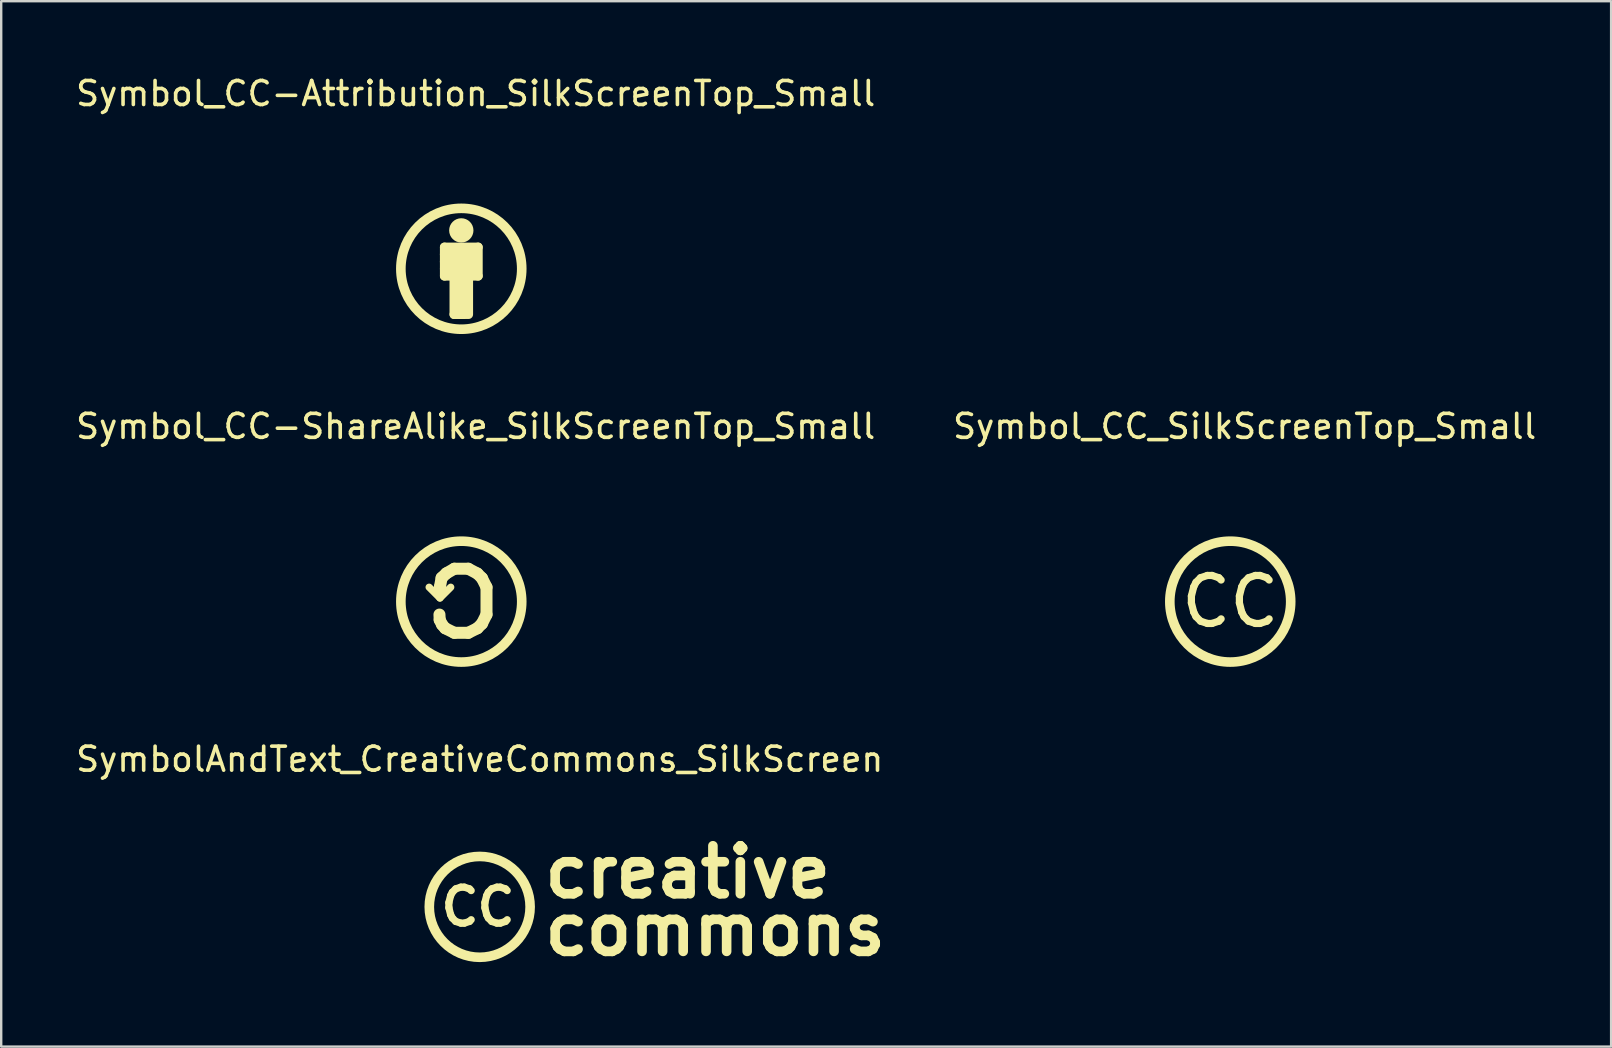
<source format=kicad_pcb>
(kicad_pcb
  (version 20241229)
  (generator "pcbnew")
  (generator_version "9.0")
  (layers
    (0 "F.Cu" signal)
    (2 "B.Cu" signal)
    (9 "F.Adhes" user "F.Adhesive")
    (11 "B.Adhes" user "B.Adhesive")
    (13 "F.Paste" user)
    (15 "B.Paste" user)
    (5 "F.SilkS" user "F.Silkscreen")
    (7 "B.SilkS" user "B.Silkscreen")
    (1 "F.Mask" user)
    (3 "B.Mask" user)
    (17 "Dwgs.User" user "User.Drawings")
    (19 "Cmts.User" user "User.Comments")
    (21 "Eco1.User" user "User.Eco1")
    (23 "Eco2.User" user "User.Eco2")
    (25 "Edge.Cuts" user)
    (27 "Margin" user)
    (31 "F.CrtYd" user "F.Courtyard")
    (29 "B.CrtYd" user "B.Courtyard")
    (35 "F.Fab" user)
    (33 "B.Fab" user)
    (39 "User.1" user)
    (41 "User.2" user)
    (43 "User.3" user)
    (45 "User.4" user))
  (footprint "SymbolAndText_CreativeCommons_SilkScreen"
    (layer "F.Cu")
    (at 16.935 34.731)
    (property "Reference" "SymbolAndText_CreativeCommons_SilkScreen" (at 0 -6.15 180) (layer "F.SilkS") (effects (font (size 1 1) (thickness 0.15))))
    (attr exclude_from_pos_files exclude_from_bom)
    (fp_circle (center 0 0) (end 2.1 0.05) (stroke (width 0.4) (type solid)) (fill no) (layer "F.SilkS"))
    (fp_text user "creative" (at 2.5 -1.45 0) (layer "F.SilkS") (effects (font (size 2 2) (thickness 0.4)) (justify left)))
    (fp_text user "CC" (at -0.07 0 180) (layer "F.SilkS") (effects (font (size 1.5 1.5) (thickness 0.3))))
    (fp_text user "commons" (at 2.5 0.95 0) (layer "F.SilkS") (effects (font (size 2 2) (thickness 0.4)) (justify left))))
  (footprint "Symbol_CC-Attribution_SilkScreenTop_Small"
    (layer "F.Cu")
    (at 16.168 8.148)
    (property "Reference" "Symbol_CC-Attribution_SilkScreenTop_Small" (at 0.599 -7.3 0) (layer "F.SilkS") (effects (font (size 1 1) (thickness 0.15))))
    (attr exclude_from_pos_files exclude_from_bom)
    (fp_line (start -0.701 -0.601) (end 0.599 -0.601) (stroke (width 0.381) (type solid)) (layer "F.SilkS"))
    (fp_line (start -0.7 -0.901) (end 0.701 -0.901) (stroke (width 0.381) (type solid)) (layer "F.SilkS"))
    (fp_line (start -0.7 0) (end 0.5 0.001) (stroke (width 0.381) (type solid)) (layer "F.SilkS"))
    (fp_line (start -0.7 0.3) (end -0.7 -0.901) (stroke (width 0.381) (type solid)) (layer "F.SilkS"))
    (fp_line (start -0.3 0.4) (end -0.3 1.901) (stroke (width 0.381) (type solid)) (layer "F.SilkS"))
    (fp_line (start -0.3 1.901) (end 0.201 1.901) (stroke (width 0.381) (type solid)) (layer "F.SilkS"))
    (fp_line (start 0 -1.8) (end 0 -1.401) (stroke (width 0.381) (type solid)) (layer "F.SilkS"))
    (fp_line (start 0 0.4) (end 0 1.7) (stroke (width 0.381) (type solid)) (layer "F.SilkS"))
    (fp_line (start 0.3 1.901) (end 0.3 0.301) (stroke (width 0.381) (type solid)) (layer "F.SilkS"))
    (fp_line (start 0.5 -0.299) (end -0.701 -0.299) (stroke (width 0.381) (type solid)) (layer "F.SilkS"))
    (fp_line (start 0.701 -0.901) (end 0.701 0.301) (stroke (width 0.381) (type solid)) (layer "F.SilkS"))
    (fp_line (start 0.701 0.301) (end -0.7 0.301) (stroke (width 0.381) (type solid)) (layer "F.SilkS"))
    (fp_circle (center 0 -1.599) (end 0.316 -1.599) (stroke (width 0.381) (type solid)) (fill no) (layer "F.SilkS"))
    (fp_circle (center 0 0) (end 2.518 0) (stroke (width 0.4) (type solid)) (fill no) (layer "F.SilkS")))
  (footprint "Symbol_CC_SilkScreenTop_Small"
    (layer "F.Cu")
    (at 48.204 22.014)
    (property "Reference" "Symbol_CC_SilkScreenTop_Small" (at 0.599 -7.3 180) (layer "F.SilkS") (effects (font (size 1 1) (thickness 0.15))))
    (attr exclude_from_pos_files exclude_from_bom)
    (fp_circle (center 0 0) (end 2.518 0) (stroke (width 0.4) (type solid)) (fill no) (layer "F.SilkS"))
    (fp_text user "CC" (at 0 0 0) (layer "F.SilkS") (effects (font (size 2 2) (thickness 0.3)))))
  (footprint "Symbol_CC-ShareAlike_SilkScreenTop_Small"
    (layer "F.Cu")
    (at 16.168 22.014)
    (property "Reference" "Symbol_CC-ShareAlike_SilkScreenTop_Small" (at 0.599 -7.3 180) (layer "F.SilkS") (effects (font (size 1 1) (thickness 0.15))))
    (attr exclude_from_pos_files exclude_from_bom)
    (fp_line (start -0.91 0.54) (end -0.9 0.76) (stroke (width 0.5) (type solid)) (layer "F.SilkS"))
    (fp_line (start -0.9 0.76) (end -0.8 0.96) (stroke (width 0.5) (type solid)) (layer "F.SilkS"))
    (fp_line (start -0.89 -0.61) (end -0.89 -0.4) (stroke (width 0.5) (type solid)) (layer "F.SilkS"))
    (fp_line (start -0.89 -0.15) (end -1.34 -0.6) (stroke (width 0.3) (type solid)) (layer "F.SilkS"))
    (fp_line (start -0.89 -0.15) (end -0.44 -0.6) (stroke (width 0.3) (type solid)) (layer "F.SilkS"))
    (fp_line (start -0.82 -0.99) (end -0.89 -0.61) (stroke (width 0.5) (type solid)) (layer "F.SilkS"))
    (fp_line (start -0.8 0.96) (end -0.67 1.11) (stroke (width 0.5) (type solid)) (layer "F.SilkS"))
    (fp_line (start -0.67 1.11) (end -0.29 1.3) (stroke (width 0.5) (type solid)) (layer "F.SilkS"))
    (fp_line (start -0.62 -1.18) (end -0.82 -0.99) (stroke (width 0.5) (type solid)) (layer "F.SilkS"))
    (fp_line (start -0.29 -1.37) (end -0.62 -1.18) (stroke (width 0.5) (type solid)) (layer "F.SilkS"))
    (fp_line (start -0.29 1.3) (end 0.29 1.3) (stroke (width 0.5) (type solid)) (layer "F.SilkS"))
    (fp_line (start 0.29 -1.37) (end -0.29 -1.37) (stroke (width 0.5) (type solid)) (layer "F.SilkS"))
    (fp_line (start 0.29 1.3) (end 0.67 1.11) (stroke (width 0.5) (type solid)) (layer "F.SilkS"))
    (fp_line (start 0.67 -1.17) (end 0.29 -1.37) (stroke (width 0.5) (type solid)) (layer "F.SilkS"))
    (fp_line (start 0.67 1.11) (end 0.86 0.92) (stroke (width 0.5) (type solid)) (layer "F.SilkS"))
    (fp_line (start 0.86 -0.98) (end 0.67 -1.17) (stroke (width 0.5) (type solid)) (layer "F.SilkS"))
    (fp_line (start 0.86 0.92) (end 1.05 0.54) (stroke (width 0.5) (type solid)) (layer "F.SilkS"))
    (fp_line (start 1.05 -0.6) (end 0.86 -0.98) (stroke (width 0.5) (type solid)) (layer "F.SilkS"))
    (fp_line (start 1.05 0.54) (end 1.05 -0.6) (stroke (width 0.5) (type solid)) (layer "F.SilkS"))
    (fp_circle (center 0 0) (end 2.518 0) (stroke (width 0.4) (type solid)) (fill no) (layer "F.SilkS")))
  (gr_rect
    (start -3 -3)
    (end 64.071 40.553)
    (stroke (width 0.1) (type default))
    (fill no)
    (layer "Edge.Cuts")))
</source>
